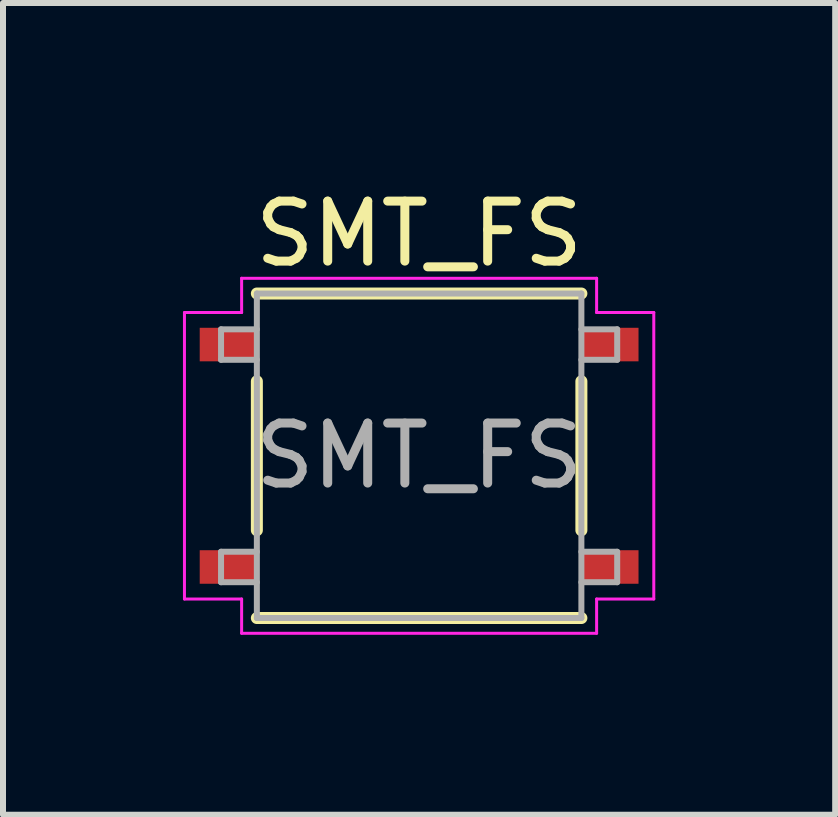
<source format=kicad_pcb>
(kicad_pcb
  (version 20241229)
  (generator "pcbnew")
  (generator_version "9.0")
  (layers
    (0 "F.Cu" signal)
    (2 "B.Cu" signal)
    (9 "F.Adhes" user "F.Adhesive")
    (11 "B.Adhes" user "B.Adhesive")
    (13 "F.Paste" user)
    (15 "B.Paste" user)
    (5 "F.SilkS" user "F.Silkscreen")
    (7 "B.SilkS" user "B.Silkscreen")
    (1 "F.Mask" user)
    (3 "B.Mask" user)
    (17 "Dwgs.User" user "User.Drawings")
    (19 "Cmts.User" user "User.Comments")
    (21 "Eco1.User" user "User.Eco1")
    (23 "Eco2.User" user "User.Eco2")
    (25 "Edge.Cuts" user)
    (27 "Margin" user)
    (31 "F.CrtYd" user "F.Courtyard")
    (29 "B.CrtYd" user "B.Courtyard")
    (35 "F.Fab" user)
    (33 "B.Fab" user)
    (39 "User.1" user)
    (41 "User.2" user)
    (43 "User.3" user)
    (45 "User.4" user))
  (footprint "SMT_FS"
    (layer "F.Cu")
    (at 3.937 4.548)
    (property "Reference" "SMT_FS" (at 0 -3.7 0) (unlocked yes) (layer "F.SilkS") (effects (font (size 1 1) (thickness 0.15))))
    (attr smd)
    (fp_line (start -2.705 -1.242) (end -2.705 1.242) (stroke (width 0.2) (type solid)) (layer "F.SilkS"))
    (fp_line (start -2.705 2.705) (end 2.705 2.705) (stroke (width 0.2) (type solid)) (layer "F.SilkS"))
    (fp_line (start 2.705 -2.705) (end -2.705 -2.705) (stroke (width 0.2) (type solid)) (layer "F.SilkS"))
    (fp_line (start 2.705 1.242) (end 2.705 -1.242) (stroke (width 0.2) (type solid)) (layer "F.SilkS"))
    (fp_line (start -3.912 -2.388) (end -2.959 -2.388) (stroke (width 0.05) (type solid)) (layer "F.CrtYd"))
    (fp_line (start -3.912 2.388) (end -3.912 -2.388) (stroke (width 0.05) (type solid)) (layer "F.CrtYd"))
    (fp_line (start -3.912 2.388) (end -2.959 2.388) (stroke (width 0.05) (type solid)) (layer "F.CrtYd"))
    (fp_line (start -2.959 -2.959) (end 2.959 -2.959) (stroke (width 0.05) (type solid)) (layer "F.CrtYd"))
    (fp_line (start -2.959 -2.388) (end -2.959 -2.959) (stroke (width 0.05) (type solid)) (layer "F.CrtYd"))
    (fp_line (start -2.959 2.959) (end -2.959 2.388) (stroke (width 0.05) (type solid)) (layer "F.CrtYd"))
    (fp_line (start 2.959 -2.959) (end 2.959 -2.388) (stroke (width 0.05) (type solid)) (layer "F.CrtYd"))
    (fp_line (start 2.959 2.388) (end 2.959 2.959) (stroke (width 0.05) (type solid)) (layer "F.CrtYd"))
    (fp_line (start 2.959 2.959) (end -2.959 2.959) (stroke (width 0.05) (type solid)) (layer "F.CrtYd"))
    (fp_line (start 3.912 -2.388) (end 2.959 -2.388) (stroke (width 0.05) (type solid)) (layer "F.CrtYd"))
    (fp_line (start 3.912 -2.388) (end 3.912 2.388) (stroke (width 0.05) (type solid)) (layer "F.CrtYd"))
    (fp_line (start 3.912 2.388) (end 2.959 2.388) (stroke (width 0.05) (type solid)) (layer "F.CrtYd"))
    (fp_line (start -3.302 -2.108) (end -3.302 -1.6) (stroke (width 0.1) (type solid)) (layer "F.Fab"))
    (fp_line (start -3.302 -1.6) (end -2.705 -1.6) (stroke (width 0.1) (type solid)) (layer "F.Fab"))
    (fp_line (start -3.302 1.6) (end -3.302 2.108) (stroke (width 0.1) (type solid)) (layer "F.Fab"))
    (fp_line (start -3.302 2.108) (end -2.705 2.108) (stroke (width 0.1) (type solid)) (layer "F.Fab"))
    (fp_line (start -2.705 -2.705) (end -2.705 2.705) (stroke (width 0.1) (type solid)) (layer "F.Fab"))
    (fp_line (start -2.705 -2.108) (end -3.302 -2.108) (stroke (width 0.1) (type solid)) (layer "F.Fab"))
    (fp_line (start -2.705 -1.6) (end -2.705 -2.108) (stroke (width 0.025) (type solid)) (layer "F.Fab"))
    (fp_line (start -2.705 1.6) (end -3.302 1.6) (stroke (width 0.1) (type solid)) (layer "F.Fab"))
    (fp_line (start -2.705 2.108) (end -2.705 1.6) (stroke (width 0.025) (type solid)) (layer "F.Fab"))
    (fp_line (start -2.705 2.705) (end 2.705 2.705) (stroke (width 0.1) (type solid)) (layer "F.Fab"))
    (fp_line (start 2.705 -2.705) (end -2.705 -2.705) (stroke (width 0.1) (type solid)) (layer "F.Fab"))
    (fp_line (start 2.705 -2.108) (end 2.705 -1.6) (stroke (width 0.025) (type solid)) (layer "F.Fab"))
    (fp_line (start 2.705 -1.6) (end 3.302 -1.6) (stroke (width 0.1) (type solid)) (layer "F.Fab"))
    (fp_line (start 2.705 1.6) (end 2.705 2.108) (stroke (width 0.025) (type solid)) (layer "F.Fab"))
    (fp_line (start 2.705 2.108) (end 3.302 2.108) (stroke (width 0.1) (type solid)) (layer "F.Fab"))
    (fp_line (start 2.705 2.705) (end 2.705 -2.705) (stroke (width 0.1) (type solid)) (layer "F.Fab"))
    (fp_line (start 3.302 -2.108) (end 2.705 -2.108) (stroke (width 0.1) (type solid)) (layer "F.Fab"))
    (fp_line (start 3.302 -1.6) (end 3.302 -2.108) (stroke (width 0.1) (type solid)) (layer "F.Fab"))
    (fp_line (start 3.302 1.6) (end 2.705 1.6) (stroke (width 0.1) (type solid)) (layer "F.Fab"))
    (fp_line (start 3.302 2.108) (end 3.302 1.6) (stroke (width 0.1) (type solid)) (layer "F.Fab"))
    (fp_text user "${REFERENCE}" (at 0 0 0) (unlocked yes) (layer "F.Fab") (effects (font (size 1 1) (thickness 0.15))))
    (pad "1" smd rect (at -3.181 -1.854) (size 0.953 0.559) (layers "F.Cu" "F.Mask" "F.Paste"))
    (pad "1" smd rect (at -3.181 1.854) (size 0.953 0.559) (layers "F.Cu" "F.Mask" "F.Paste"))
    (pad "2" smd rect (at 3.181 -1.854) (size 0.953 0.559) (layers "F.Cu" "F.Mask" "F.Paste"))
    (pad "2" smd rect (at 3.181 1.854) (size 0.953 0.559) (layers "F.Cu" "F.Mask" "F.Paste")))
  (gr_rect
    (start -3 -3)
    (end 10.873 10.532)
    (stroke (width 0.1) (type default))
    (fill no)
    (layer "Edge.Cuts")))
</source>
